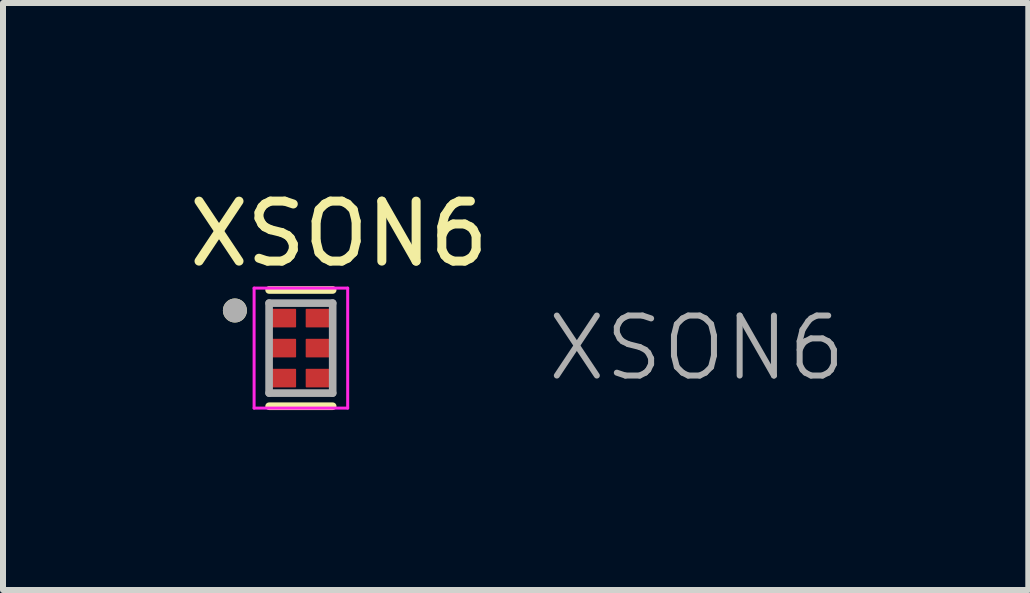
<source format=kicad_pcb>
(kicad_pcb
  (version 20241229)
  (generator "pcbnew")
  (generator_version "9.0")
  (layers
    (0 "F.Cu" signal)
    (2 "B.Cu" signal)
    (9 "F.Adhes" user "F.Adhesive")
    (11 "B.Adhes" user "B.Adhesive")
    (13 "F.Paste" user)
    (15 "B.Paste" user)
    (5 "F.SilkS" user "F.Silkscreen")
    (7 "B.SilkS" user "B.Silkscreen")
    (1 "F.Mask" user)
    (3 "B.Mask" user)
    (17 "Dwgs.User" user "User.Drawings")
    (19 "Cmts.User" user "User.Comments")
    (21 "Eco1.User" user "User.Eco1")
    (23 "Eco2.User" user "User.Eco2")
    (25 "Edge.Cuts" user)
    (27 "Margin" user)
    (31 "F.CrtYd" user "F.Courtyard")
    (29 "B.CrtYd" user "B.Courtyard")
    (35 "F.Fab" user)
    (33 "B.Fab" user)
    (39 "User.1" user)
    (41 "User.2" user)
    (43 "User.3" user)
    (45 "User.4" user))
  (footprint "XSON6"
    (layer "F.Cu")
    (at 1.966 2.753)
    (property "Reference" "XSON6" (at 0.635 -1.905 0) (layer "F.SilkS") (effects (font (size 1 1) (thickness 0.15))))
    (attr smd)
    (fp_line (start -0.53 -0.969) (end 0.53 -0.969) (stroke (width 0.127) (type solid)) (layer "F.SilkS"))
    (fp_line (start 0.53 0.969) (end -0.53 0.969) (stroke (width 0.127) (type solid)) (layer "F.SilkS"))
    (fp_circle (center -1.1 -0.627) (end -1 -0.627) (stroke (width 0.2) (type solid)) (fill no) (layer "F.SilkS"))
    (fp_line (start -0.78 -1) (end 0.78 -1) (stroke (width 0.05) (type solid)) (layer "F.CrtYd"))
    (fp_line (start -0.78 1) (end -0.78 -1) (stroke (width 0.05) (type solid)) (layer "F.CrtYd"))
    (fp_line (start 0.78 -1) (end 0.78 1) (stroke (width 0.05) (type solid)) (layer "F.CrtYd"))
    (fp_line (start 0.78 1) (end -0.78 1) (stroke (width 0.05) (type solid)) (layer "F.CrtYd"))
    (fp_line (start -0.53 -0.75) (end 0.53 -0.75) (stroke (width 0.127) (type solid)) (layer "F.Fab"))
    (fp_line (start -0.53 0.75) (end -0.53 -0.75) (stroke (width 0.127) (type solid)) (layer "F.Fab"))
    (fp_line (start 0.53 -0.75) (end 0.53 0.75) (stroke (width 0.127) (type solid)) (layer "F.Fab"))
    (fp_line (start 0.53 0.75) (end -0.53 0.75) (stroke (width 0.127) (type solid)) (layer "F.Fab"))
    (fp_circle (center -1.1 -0.627) (end -1 -0.627) (stroke (width 0.2) (type solid)) (fill no) (layer "F.Fab"))
    (fp_text user "${REFERENCE}" (at 6.6 0 0) (layer "F.Fab") (effects (font (size 1 1) (thickness 0.1))))
    (pad "1" smd roundrect (at -0.29 -0.5) (size 0.42 0.31) (layers "F.Cu" "F.Mask" "F.Paste") (roundrect_rratio 0.04))
    (pad "2" smd roundrect (at -0.29 0) (size 0.42 0.31) (layers "F.Cu" "F.Mask" "F.Paste") (roundrect_rratio 0.04))
    (pad "3" smd roundrect (at -0.29 0.5) (size 0.42 0.31) (layers "F.Cu" "F.Mask" "F.Paste") (roundrect_rratio 0.04))
    (pad "4" smd roundrect (at 0.29 0.5) (size 0.42 0.31) (layers "F.Cu" "F.Mask" "F.Paste") (roundrect_rratio 0.04))
    (pad "5" smd roundrect (at 0.29 0) (size 0.42 0.31) (layers "F.Cu" "F.Mask" "F.Paste") (roundrect_rratio 0.04))
    (pad "6" smd roundrect (at 0.29 -0.5) (size 0.42 0.31) (layers "F.Cu" "F.Mask" "F.Paste") (roundrect_rratio 0.04)))
  (gr_rect
    (start -3 -3)
    (end 14.092 6.786)
    (stroke (width 0.1) (type default))
    (fill no)
    (layer "Edge.Cuts")))
</source>
